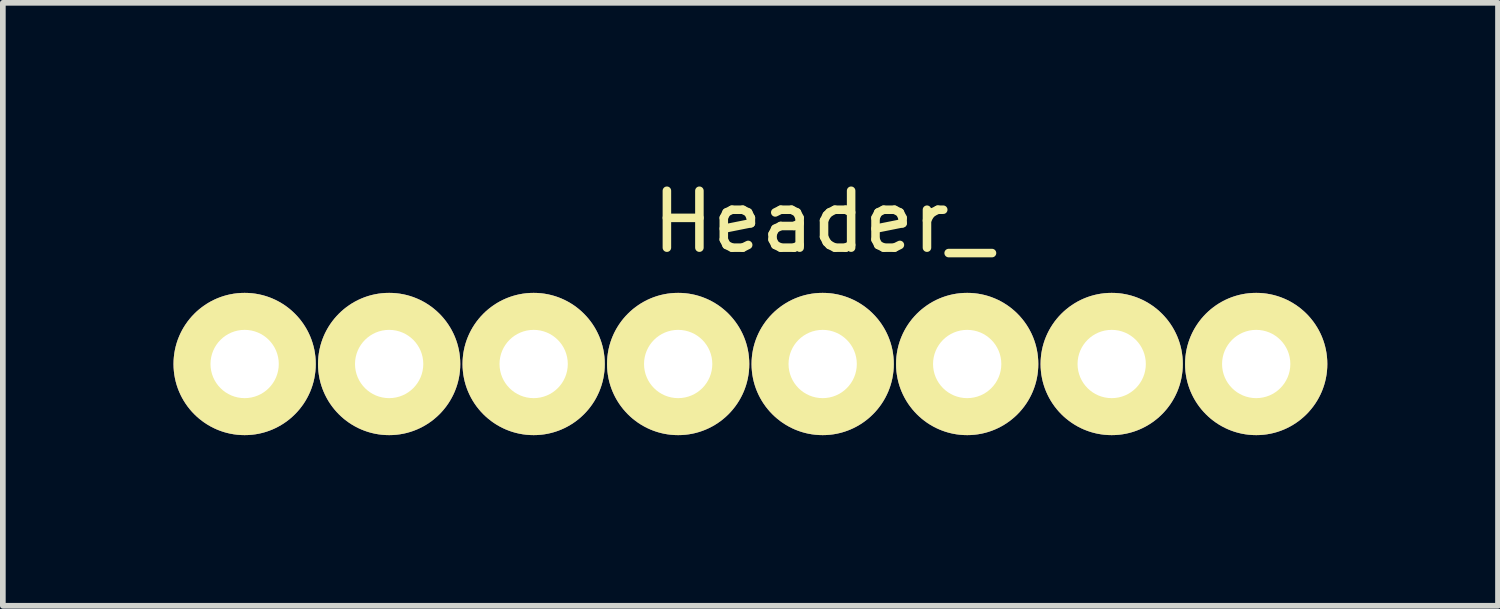
<source format=kicad_pcb>
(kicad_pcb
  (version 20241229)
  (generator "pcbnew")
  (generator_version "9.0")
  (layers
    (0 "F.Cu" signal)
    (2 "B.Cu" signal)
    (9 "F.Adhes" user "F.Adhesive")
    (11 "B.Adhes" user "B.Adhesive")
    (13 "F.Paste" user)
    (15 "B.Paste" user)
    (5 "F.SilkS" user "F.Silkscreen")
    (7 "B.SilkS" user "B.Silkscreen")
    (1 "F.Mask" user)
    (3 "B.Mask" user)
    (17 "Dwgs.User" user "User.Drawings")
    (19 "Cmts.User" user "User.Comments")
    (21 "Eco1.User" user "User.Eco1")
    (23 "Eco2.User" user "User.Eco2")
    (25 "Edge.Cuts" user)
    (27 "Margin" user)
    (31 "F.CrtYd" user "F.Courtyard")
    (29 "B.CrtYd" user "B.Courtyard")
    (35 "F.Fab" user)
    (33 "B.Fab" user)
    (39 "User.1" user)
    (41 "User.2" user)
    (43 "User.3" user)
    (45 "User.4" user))
  (footprint "Header_"
    (layer "F.Cu")
    (at 11.41 0.348)
    (property "Reference" "Header_" (at 0 0.5 0) (layer "F.SilkS") (effects (font (size 1 1) (thickness 0.15))))
    (attr through_hole)
    (pad "1" thru_hole circle (at -10.16 3) (size 2.5 2.5) (drill 1.2) (layers "*.Cu" "*.Mask" "F.SilkS"))
    (pad "2" thru_hole circle (at -7.62 3) (size 2.5 2.5) (drill 1.2) (layers "*.Cu" "*.Mask" "F.SilkS"))
    (pad "3" thru_hole circle (at -5.08 3) (size 2.5 2.5) (drill 1.2) (layers "*.Cu" "*.Mask" "F.SilkS"))
    (pad "4" thru_hole circle (at -2.54 3) (size 2.5 2.5) (drill 1.2) (layers "*.Cu" "*.Mask" "F.SilkS"))
    (pad "5" thru_hole circle (at 0 3) (size 2.5 2.5) (drill 1.2) (layers "*.Cu" "*.Mask" "F.SilkS"))
    (pad "6" thru_hole circle (at 2.54 3) (size 2.5 2.5) (drill 1.2) (layers "*.Cu" "*.Mask" "F.SilkS"))
    (pad "7" thru_hole circle (at 5.08 3) (size 2.5 2.5) (drill 1.2) (layers "*.Cu" "*.Mask" "F.SilkS"))
    (pad "8" thru_hole circle (at 7.62 3) (size 2.5 2.5) (drill 1.2) (layers "*.Cu" "*.Mask" "F.SilkS")))
  (gr_rect
    (start -3 -3)
    (end 23.28 7.598)
    (stroke (width 0.1) (type default))
    (fill no)
    (layer "Edge.Cuts")))
</source>
